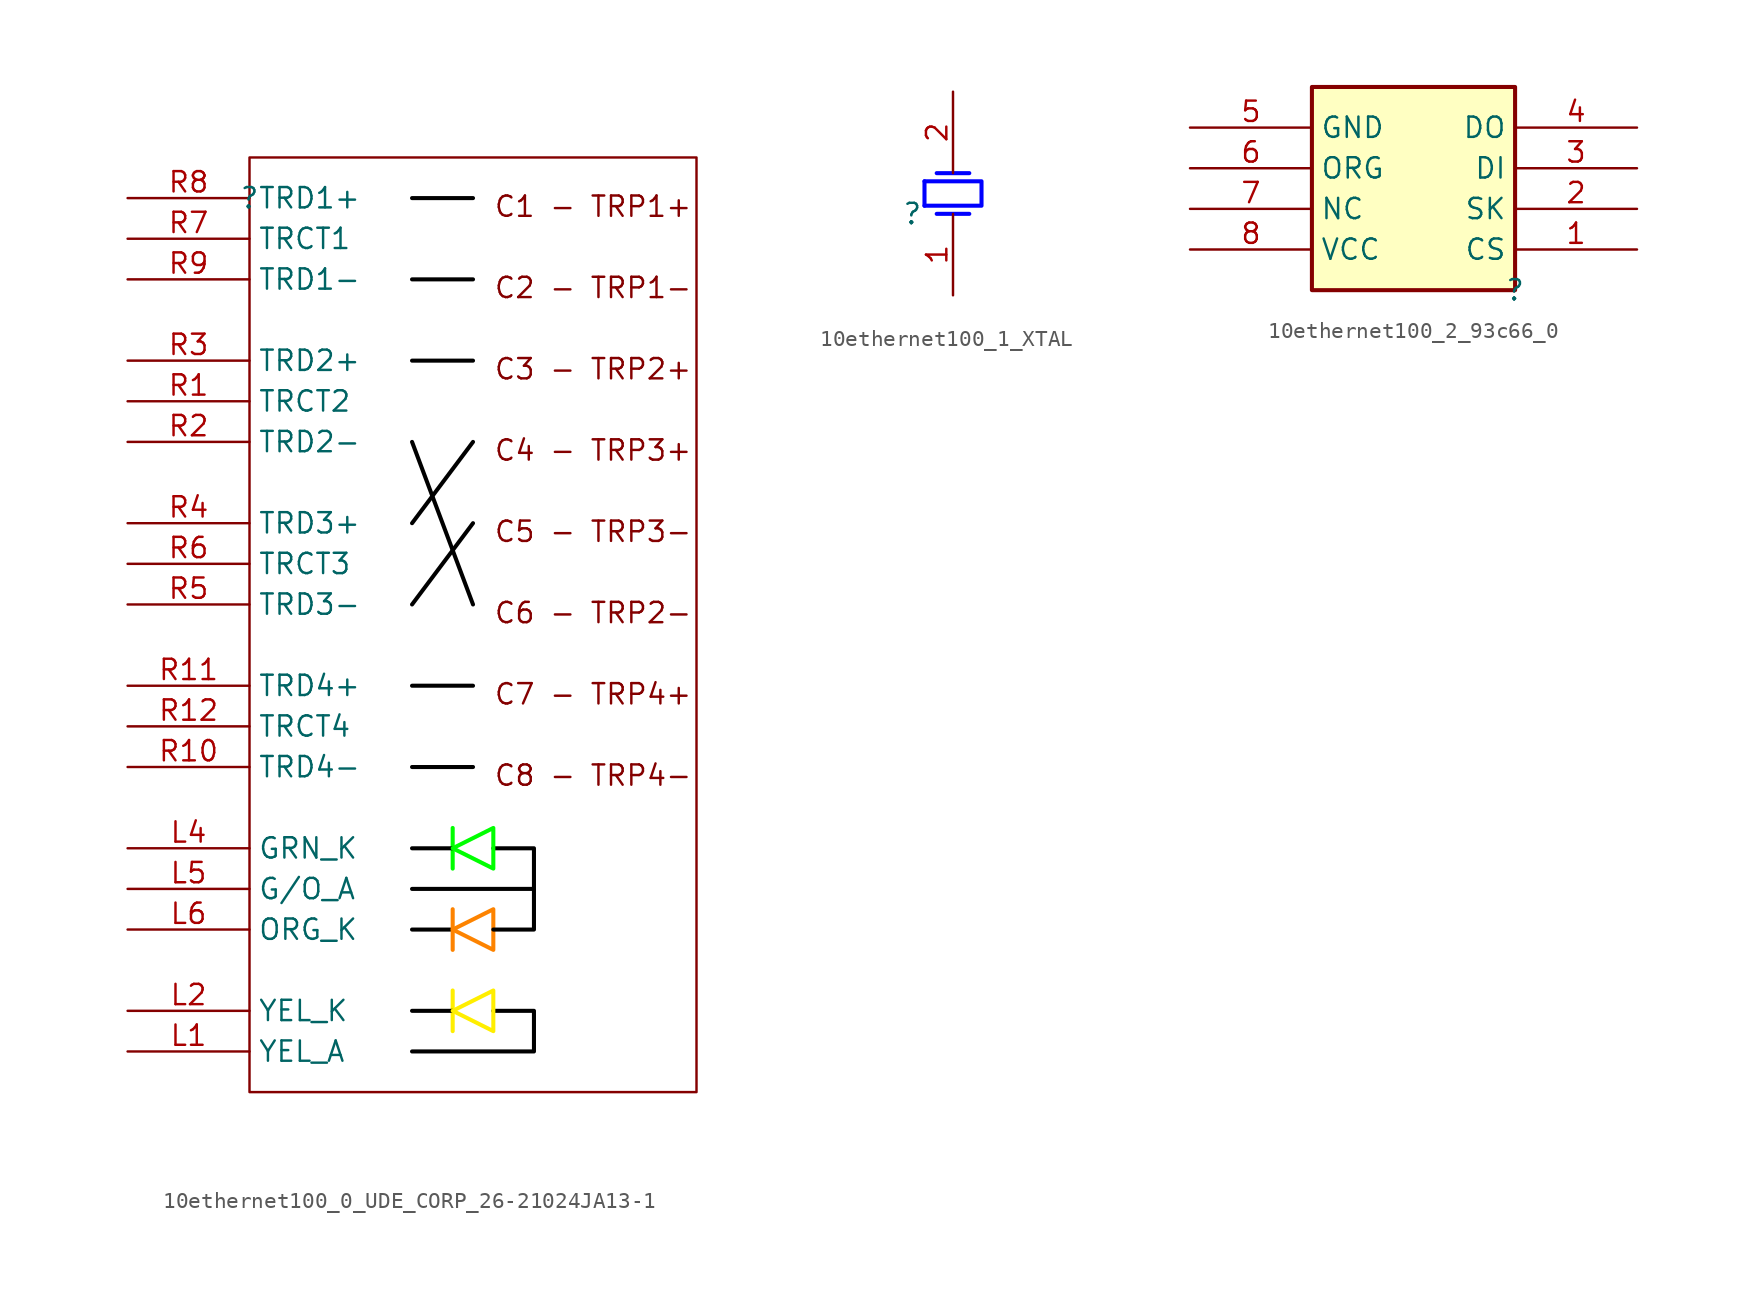
<source format=kicad_sym>
(kicad_symbol_lib
  (version 20220914)
  (generator kicad_symbol_editor)
  (symbol "10ethernet100_0_UDE_CORP_26-21024JA13-1"
    (property "Reference" ""
      (at 0 0 0)
      (effects (font (size 1.27 1.27))))
    (property "Value" ""
      (at 0 0 0)
      (effects (font (size 1.27 1.27))))
    (symbol "10ethernet100_0_UDE_CORP_26-21024JA13-1_1_0"
      (polyline (pts (xy 10.16 -45.72) (xy 12.7 -45.72)) (stroke (width 0.254) (type solid) (color 0 0 0 1)) (fill (type none)))
      (polyline (pts (xy 10.16 -35.56) (xy 13.97 -35.56)) (stroke (width 0.254) (type solid) (color 0 0 0 1)) (fill (type none)))
      (polyline (pts (xy 10.16 -30.48) (xy 13.97 -30.48)) (stroke (width 0.254) (type solid) (color 0 0 0 1)) (fill (type none)))
      (polyline (pts (xy 10.16 -25.4) (xy 13.97 -20.32)) (stroke (width 0.254) (type solid) (color 0 0 0 1)) (fill (type none)))
      (polyline (pts (xy 10.16 -20.32) (xy 13.97 -15.24)) (stroke (width 0.254) (type solid) (color 0 0 0 1)) (fill (type none)))
      (polyline (pts (xy 10.16 -15.24) (xy 13.97 -25.4)) (stroke (width 0.254) (type solid) (color 0 0 0 1)) (fill (type none)))
      (polyline (pts (xy 10.16 -10.16) (xy 13.97 -10.16)) (stroke (width 0.254) (type solid) (color 0 0 0 1)) (fill (type none)))
      (polyline (pts (xy 10.16 -5.08) (xy 13.97 -5.08)) (stroke (width 0.254) (type solid) (color 0 0 0 1)) (fill (type none)))
      (polyline (pts (xy 10.16 0) (xy 13.97 0)) (stroke (width 0.254) (type solid) (color 0 0 0 1)) (fill (type none)))
      (polyline (pts (xy 12.7 -50.8) (xy 10.16 -50.8)) (stroke (width 0.254) (type solid) (color 0 0 0 1)) (fill (type none)))
      (polyline (pts (xy 12.7 -49.53) (xy 12.7 -52.07)) (stroke (width 0.254) (type solid) (color 255 238 0 1)) (fill (type none)))
      (polyline (pts (xy 12.7 -44.45) (xy 12.7 -46.99)) (stroke (width 0.254) (type solid) (color 253 131 0 1)) (fill (type none)))
      (polyline (pts (xy 12.7 -40.64) (xy 10.16 -40.64)) (stroke (width 0.254) (type solid) (color 0 0 0 1)) (fill (type none)))
      (polyline (pts (xy 12.7 -39.37) (xy 12.7 -41.91)) (stroke (width 0.254) (type solid) (color 0 255 0 1)) (fill (type none)))
      (polyline (pts (xy 17.78 -43.18) (xy 17.78 -45.72) (xy 15.24 -45.72)) (stroke (width 0.254) (type solid) (color 0 0 0 1)) (fill (type none)))
      (polyline (pts (xy 10.16 -53.34) (xy 17.78 -53.34) (xy 17.78 -50.8) (xy 15.24 -50.8)) (stroke (width 0.254) (type solid) (color 0 0 0 1)) (fill (type none)))
      (polyline (pts (xy 10.16 -43.18) (xy 17.78 -43.18) (xy 17.78 -40.64) (xy 15.24 -40.64)) (stroke (width 0.254) (type solid) (color 0 0 0 1)) (fill (type none)))
      (polyline (pts (xy 15.24 -52.07) (xy 12.7 -50.8) (xy 15.24 -49.53) (xy 15.24 -52.07)) (stroke (width 0.254) (type solid) (color 255 238 0 1)) (fill (type none)))
      (polyline (pts (xy 15.24 -46.99) (xy 12.7 -45.72) (xy 15.24 -44.45) (xy 15.24 -46.99)) (stroke (width 0.254) (type solid) (color 253 131 0 1)) (fill (type none)))
      (polyline (pts (xy 15.24 -41.91) (xy 12.7 -40.64) (xy 15.24 -39.37) (xy 15.24 -41.91)) (stroke (width 0.254) (type solid) (color 0 255 0 1)) (fill (type none)))
      (rectangle (start 27.94 2.54) (end 0 -55.88) (stroke (width 0) (type solid)) (fill (type none)))
      (text "C1 - TRP1+" (at 15.24 -1.27 0) (effects (font (size 1.27 1.27)) (justify left bottom)))
      (text "C2 - TRP1-" (at 15.24 -6.35 0) (effects (font (size 1.27 1.27)) (justify left bottom)))
      (text "C3 - TRP2+" (at 15.24 -11.43 0) (effects (font (size 1.27 1.27)) (justify left bottom)))
      (text "C4 - TRP3+" (at 15.24 -16.51 0) (effects (font (size 1.27 1.27)) (justify left bottom)))
      (text "C5 - TRP3-" (at 15.24 -21.59 0) (effects (font (size 1.27 1.27)) (justify left bottom)))
      (text "C6 - TRP2-" (at 15.24 -26.67 0) (effects (font (size 1.27 1.27)) (justify left bottom)))
      (text "C7 - TRP4+" (at 15.24 -31.75 0) (effects (font (size 1.27 1.27)) (justify left bottom)))
      (text "C8 - TRP4-" (at 15.24 -36.83 0) (effects (font (size 1.27 1.27)) (justify left bottom)))
      (pin passive line (at -7.62 -53.34 0) (length 7.62) (name "YEL_A" (effects (font (size 1.27 1.27)))) (number "L1" (effects (font (size 1.27 1.27)))))
      (pin passive line (at -7.62 -50.8 0) (length 7.62) (name "YEL_K" (effects (font (size 1.27 1.27)))) (number "L2" (effects (font (size 1.27 1.27)))))
      (pin passive line (at -7.62 -40.64 0) (length 7.62) (name "GRN_K" (effects (font (size 1.27 1.27)))) (number "L4" (effects (font (size 1.27 1.27)))))
      (pin passive line (at -7.62 -43.18 0) (length 7.62) (name "G/O_A" (effects (font (size 1.27 1.27)))) (number "L5" (effects (font (size 1.27 1.27)))))
      (pin passive line (at -7.62 -45.72 0) (length 7.62) (name "ORG_K" (effects (font (size 1.27 1.27)))) (number "L6" (effects (font (size 1.27 1.27)))))
      (pin passive line (at -7.62 -12.7 0) (length 7.62) (name "TRCT2" (effects (font (size 1.27 1.27)))) (number "R1" (effects (font (size 1.27 1.27)))))
      (pin passive line (at -7.62 -35.56 0) (length 7.62) (name "TRD4-" (effects (font (size 1.27 1.27)))) (number "R10" (effects (font (size 1.27 1.27)))))
      (pin passive line (at -7.62 -30.48 0) (length 7.62) (name "TRD4+" (effects (font (size 1.27 1.27)))) (number "R11" (effects (font (size 1.27 1.27)))))
      (pin passive line (at -7.62 -33.02 0) (length 7.62) (name "TRCT4" (effects (font (size 1.27 1.27)))) (number "R12" (effects (font (size 1.27 1.27)))))
      (pin passive line (at -7.62 -15.24 0) (length 7.62) (name "TRD2-" (effects (font (size 1.27 1.27)))) (number "R2" (effects (font (size 1.27 1.27)))))
      (pin passive line (at -7.62 -10.16 0) (length 7.62) (name "TRD2+" (effects (font (size 1.27 1.27)))) (number "R3" (effects (font (size 1.27 1.27)))))
      (pin passive line (at -7.62 -20.32 0) (length 7.62) (name "TRD3+" (effects (font (size 1.27 1.27)))) (number "R4" (effects (font (size 1.27 1.27)))))
      (pin passive line (at -7.62 -25.4 0) (length 7.62) (name "TRD3-" (effects (font (size 1.27 1.27)))) (number "R5" (effects (font (size 1.27 1.27)))))
      (pin passive line (at -7.62 -22.86 0) (length 7.62) (name "TRCT3" (effects (font (size 1.27 1.27)))) (number "R6" (effects (font (size 1.27 1.27)))))
      (pin passive line (at -7.62 -2.54 0) (length 7.62) (name "TRCT1" (effects (font (size 1.27 1.27)))) (number "R7" (effects (font (size 1.27 1.27)))))
      (pin passive line (at -7.62 0 0) (length 7.62) (name "TRD1+" (effects (font (size 1.27 1.27)))) (number "R8" (effects (font (size 1.27 1.27)))))
      (pin passive line (at -7.62 -5.08 0) (length 7.62) (name "TRD1-" (effects (font (size 1.27 1.27)))) (number "R9" (effects (font (size 1.27 1.27)))))))
  (symbol "10ethernet100_1_XTAL"
    (property "Reference" ""
      (at 0 0 0)
      (effects (font (size 1.27 1.27))))
    (property "Value" ""
      (at 0 0 0)
      (effects (font (size 1.27 1.27))))
    (symbol "10ethernet100_1_XTAL_1_0"
      (polyline (pts (xy 0.762 0.508) (xy 0.762 2.032)) (stroke (width 0.254) (type solid) (color 0 0 255 1)) (fill (type none)))
      (polyline (pts (xy 1.524 0) (xy 3.556 0)) (stroke (width 0.254) (type solid) (color 0 0 255 1)) (fill (type none)))
      (polyline (pts (xy 1.524 2.54) (xy 3.556 2.54)) (stroke (width 0.254) (type solid) (color 0 0 255 1)) (fill (type none)))
      (polyline (pts (xy 0.762 2.032) (xy 4.318 2.032) (xy 4.318 0.508) (xy 0.762 0.508)) (stroke (width 0.254) (type solid) (color 0 0 255 1)) (fill (type none)))
      (pin passive line (at 2.54 -5.08 90) (length 5.08) (name "OSC1" (effects (font (size 0 0)))) (number "1" (effects (font (size 1.27 1.27)))))
      (pin passive line (at 2.54 7.62 270) (length 5.08) (name "OSC2" (effects (font (size 0 0)))) (number "2" (effects (font (size 1.27 1.27)))))))
  (symbol "10ethernet100_2_93c66_0"
    (property "Reference" ""
      (at 0 0 0)
      (effects (font (size 1.27 1.27))))
    (property "Value" ""
      (at 0 0 0)
      (effects (font (size 1.27 1.27))))
    (symbol "10ethernet100_2_93c66_0_1_0"
      (rectangle (start 0 12.7) (end -12.7 0) (stroke (width 0.254) (type solid)) (fill (type background)))
      (pin passive line (at 7.62 2.54 180) (length 7.62) (name "CS" (effects (font (size 1.27 1.27)))) (number "1" (effects (font (size 1.27 1.27)))))
      (pin passive line (at 7.62 5.08 180) (length 7.62) (name "SK" (effects (font (size 1.27 1.27)))) (number "2" (effects (font (size 1.27 1.27)))))
      (pin passive line (at 7.62 7.62 180) (length 7.62) (name "DI" (effects (font (size 1.27 1.27)))) (number "3" (effects (font (size 1.27 1.27)))))
      (pin passive line (at 7.62 10.16 180) (length 7.62) (name "DO" (effects (font (size 1.27 1.27)))) (number "4" (effects (font (size 1.27 1.27)))))
      (pin passive line (at -20.32 10.16 0) (length 7.62) (name "GND" (effects (font (size 1.27 1.27)))) (number "5" (effects (font (size 1.27 1.27)))))
      (pin passive line (at -20.32 7.62 0) (length 7.62) (name "ORG" (effects (font (size 1.27 1.27)))) (number "6" (effects (font (size 1.27 1.27)))))
      (pin passive line (at -20.32 5.08 0) (length 7.62) (name "NC" (effects (font (size 1.27 1.27)))) (number "7" (effects (font (size 1.27 1.27)))))
      (pin passive line (at -20.32 2.54 0) (length 7.62) (name "VCC" (effects (font (size 1.27 1.27)))) (number "8" (effects (font (size 1.27 1.27))))))))
</source>
